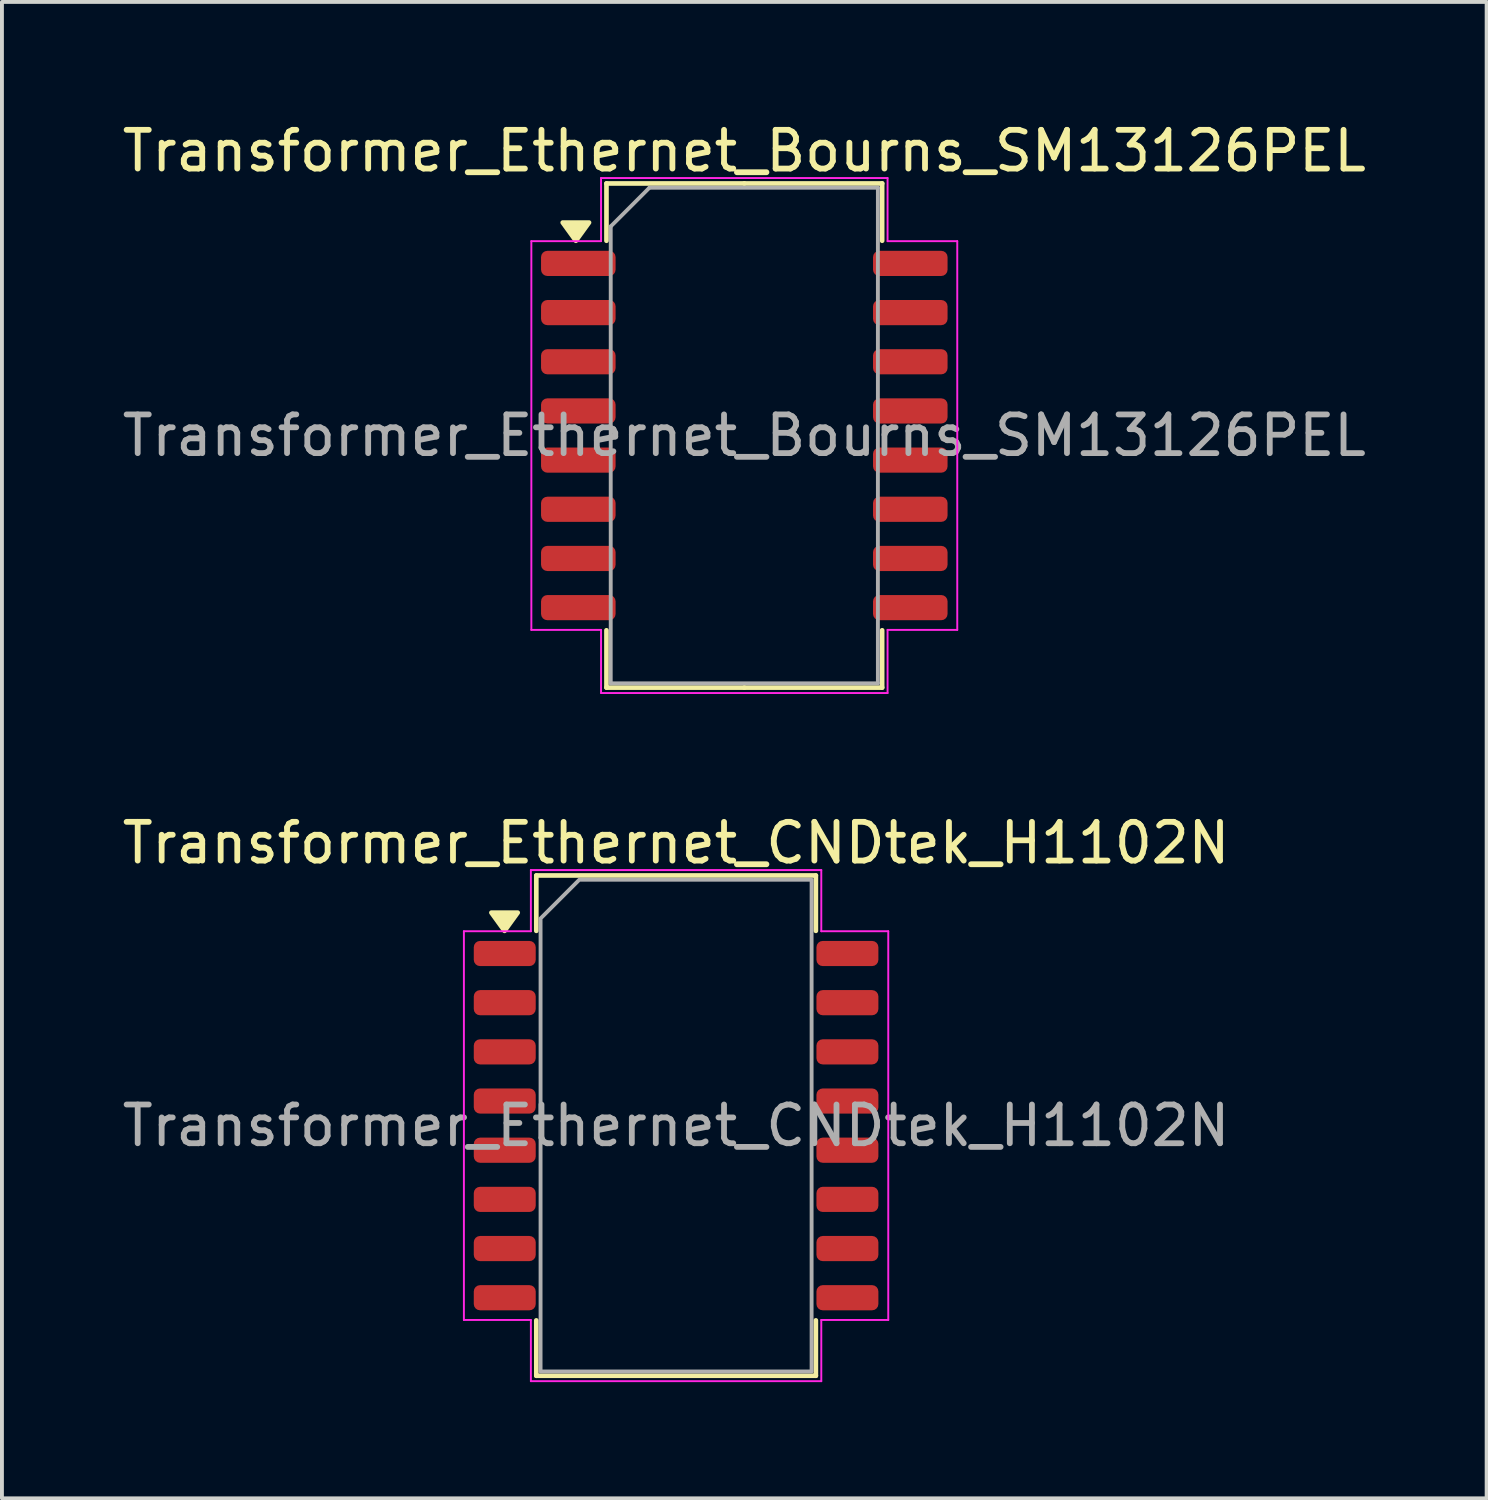
<source format=kicad_pcb>
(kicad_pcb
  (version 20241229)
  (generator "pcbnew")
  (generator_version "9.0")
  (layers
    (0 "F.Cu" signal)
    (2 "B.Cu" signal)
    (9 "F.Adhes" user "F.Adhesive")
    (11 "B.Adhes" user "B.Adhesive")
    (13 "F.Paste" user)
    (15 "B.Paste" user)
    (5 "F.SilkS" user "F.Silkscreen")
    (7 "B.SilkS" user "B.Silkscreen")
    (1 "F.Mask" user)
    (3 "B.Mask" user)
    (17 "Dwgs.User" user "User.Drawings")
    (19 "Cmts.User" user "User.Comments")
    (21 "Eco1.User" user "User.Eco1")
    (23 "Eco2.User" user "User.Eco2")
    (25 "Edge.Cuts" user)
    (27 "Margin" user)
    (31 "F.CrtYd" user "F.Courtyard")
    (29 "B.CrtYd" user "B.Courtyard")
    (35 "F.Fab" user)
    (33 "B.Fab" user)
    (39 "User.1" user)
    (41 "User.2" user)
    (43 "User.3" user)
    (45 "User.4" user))
  (footprint "Transformer_Ethernet_CNDtek_H1102N"
    (layer "F.Cu")
    (at 14.411 26.021)
    (property "Reference" "Transformer_Ethernet_CNDtek_H1102N" (at 0 -7.3 0) (layer "F.SilkS") (effects (font (size 1 1) (thickness 0.15))))
    (attr smd)
    (fp_line (start -3.61 -6.46) (end 3.61 -6.46) (stroke (width 0.12) (type solid)) (layer "F.SilkS"))
    (fp_line (start -3.61 -5.03) (end -3.61 -6.46) (stroke (width 0.12) (type solid)) (layer "F.SilkS"))
    (fp_line (start -3.61 6.46) (end -3.61 5.03) (stroke (width 0.12) (type solid)) (layer "F.SilkS"))
    (fp_line (start 3.61 -6.46) (end 3.61 -5.03) (stroke (width 0.12) (type solid)) (layer "F.SilkS"))
    (fp_line (start 3.61 5.03) (end 3.61 6.46) (stroke (width 0.12) (type solid)) (layer "F.SilkS"))
    (fp_line (start 3.61 6.46) (end -3.61 6.46) (stroke (width 0.12) (type solid)) (layer "F.SilkS"))
    (fp_poly (pts (xy -4.43 -5.03) (xy -4.77 -5.5) (xy -4.09 -5.5)) (stroke (width 0.12) (type solid)) (fill yes) (layer "F.SilkS"))
    (fp_line (start -5.48 -5.02) (end -3.75 -5.02) (stroke (width 0.05) (type solid)) (layer "F.CrtYd"))
    (fp_line (start -5.48 5.02) (end -5.48 -5.02) (stroke (width 0.05) (type solid)) (layer "F.CrtYd"))
    (fp_line (start -3.75 -6.6) (end 3.75 -6.6) (stroke (width 0.05) (type solid)) (layer "F.CrtYd"))
    (fp_line (start -3.75 -5.02) (end -3.75 -6.6) (stroke (width 0.05) (type solid)) (layer "F.CrtYd"))
    (fp_line (start -3.75 5.02) (end -5.48 5.02) (stroke (width 0.05) (type solid)) (layer "F.CrtYd"))
    (fp_line (start -3.75 6.6) (end -3.75 5.02) (stroke (width 0.05) (type solid)) (layer "F.CrtYd"))
    (fp_line (start 3.75 -6.6) (end 3.75 -5.02) (stroke (width 0.05) (type solid)) (layer "F.CrtYd"))
    (fp_line (start 3.75 -5.02) (end 5.48 -5.02) (stroke (width 0.05) (type solid)) (layer "F.CrtYd"))
    (fp_line (start 3.75 5.02) (end 3.75 6.6) (stroke (width 0.05) (type solid)) (layer "F.CrtYd"))
    (fp_line (start 3.75 6.6) (end -3.75 6.6) (stroke (width 0.05) (type solid)) (layer "F.CrtYd"))
    (fp_line (start 5.48 -5.02) (end 5.48 5.02) (stroke (width 0.05) (type solid)) (layer "F.CrtYd"))
    (fp_line (start 5.48 5.02) (end 3.75 5.02) (stroke (width 0.05) (type solid)) (layer "F.CrtYd"))
    (fp_poly (pts (xy -2.5 -6.35) (xy 3.5 -6.35) (xy 3.5 6.35) (xy -3.5 6.35) (xy -3.5 -5.35)) (stroke (width 0.1) (type solid)) (fill no) (layer "F.Fab"))
    (fp_text user "${REFERENCE}" (at 0 0 0) (layer "F.Fab") (effects (font (size 1 1) (thickness 0.15))))
    (pad "1" smd roundrect (at -4.425 -4.445) (size 1.6 0.65) (layers "F.Cu" "F.Mask" "F.Paste") (roundrect_rratio 0.25))
    (pad "2" smd roundrect (at -4.425 -3.175) (size 1.6 0.65) (layers "F.Cu" "F.Mask" "F.Paste") (roundrect_rratio 0.25))
    (pad "3" smd roundrect (at -4.425 -1.905) (size 1.6 0.65) (layers "F.Cu" "F.Mask" "F.Paste") (roundrect_rratio 0.25))
    (pad "4" smd roundrect (at -4.425 -0.635) (size 1.6 0.65) (layers "F.Cu" "F.Mask" "F.Paste") (roundrect_rratio 0.25))
    (pad "5" smd roundrect (at -4.425 0.635) (size 1.6 0.65) (layers "F.Cu" "F.Mask" "F.Paste") (roundrect_rratio 0.25))
    (pad "6" smd roundrect (at -4.425 1.905) (size 1.6 0.65) (layers "F.Cu" "F.Mask" "F.Paste") (roundrect_rratio 0.25))
    (pad "7" smd roundrect (at -4.425 3.175) (size 1.6 0.65) (layers "F.Cu" "F.Mask" "F.Paste") (roundrect_rratio 0.25))
    (pad "8" smd roundrect (at -4.425 4.445) (size 1.6 0.65) (layers "F.Cu" "F.Mask" "F.Paste") (roundrect_rratio 0.25))
    (pad "9" smd roundrect (at 4.425 4.445) (size 1.6 0.65) (layers "F.Cu" "F.Mask" "F.Paste") (roundrect_rratio 0.25))
    (pad "10" smd roundrect (at 4.425 3.175) (size 1.6 0.65) (layers "F.Cu" "F.Mask" "F.Paste") (roundrect_rratio 0.25))
    (pad "11" smd roundrect (at 4.425 1.905) (size 1.6 0.65) (layers "F.Cu" "F.Mask" "F.Paste") (roundrect_rratio 0.25))
    (pad "12" smd roundrect (at 4.425 0.635) (size 1.6 0.65) (layers "F.Cu" "F.Mask" "F.Paste") (roundrect_rratio 0.25))
    (pad "13" smd roundrect (at 4.425 -0.635) (size 1.6 0.65) (layers "F.Cu" "F.Mask" "F.Paste") (roundrect_rratio 0.25))
    (pad "14" smd roundrect (at 4.425 -1.905) (size 1.6 0.65) (layers "F.Cu" "F.Mask" "F.Paste") (roundrect_rratio 0.25))
    (pad "15" smd roundrect (at 4.425 -3.175) (size 1.6 0.65) (layers "F.Cu" "F.Mask" "F.Paste") (roundrect_rratio 0.25))
    (pad "16" smd roundrect (at 4.425 -4.445) (size 1.6 0.65) (layers "F.Cu" "F.Mask" "F.Paste") (roundrect_rratio 0.25)))
  (footprint "Transformer_Ethernet_Bourns_SM13126PEL"
    (layer "F.Cu")
    (at 16.173 8.198)
    (property "Reference" "Transformer_Ethernet_Bourns_SM13126PEL" (at 0 -7.35 0) (layer "F.SilkS") (effects (font (size 1 1) (thickness 0.15))))
    (attr smd)
    (fp_line (start -3.56 -6.51) (end -3.56 -5.03) (stroke (width 0.12) (type solid)) (layer "F.SilkS"))
    (fp_line (start -3.56 6.51) (end -3.56 5.03) (stroke (width 0.12) (type solid)) (layer "F.SilkS"))
    (fp_line (start 0 -6.51) (end -3.56 -6.51) (stroke (width 0.12) (type solid)) (layer "F.SilkS"))
    (fp_line (start 0 -6.51) (end 3.56 -6.51) (stroke (width 0.12) (type solid)) (layer "F.SilkS"))
    (fp_line (start 0 6.51) (end -3.56 6.51) (stroke (width 0.12) (type solid)) (layer "F.SilkS"))
    (fp_line (start 0 6.51) (end 3.56 6.51) (stroke (width 0.12) (type solid)) (layer "F.SilkS"))
    (fp_line (start 3.56 -6.51) (end 3.56 -5.03) (stroke (width 0.12) (type solid)) (layer "F.SilkS"))
    (fp_line (start 3.56 6.51) (end 3.56 5.03) (stroke (width 0.12) (type solid)) (layer "F.SilkS"))
    (fp_poly (pts (xy -4.35 -5.03) (xy -4.69 -5.5) (xy -4.01 -5.5)) (stroke (width 0.12) (type solid)) (fill yes) (layer "F.SilkS"))
    (fp_line (start -5.5 -5.02) (end -3.7 -5.02) (stroke (width 0.05) (type solid)) (layer "F.CrtYd"))
    (fp_line (start -5.5 5.02) (end -5.5 -5.02) (stroke (width 0.05) (type solid)) (layer "F.CrtYd"))
    (fp_line (start -3.7 -6.65) (end 3.7 -6.65) (stroke (width 0.05) (type solid)) (layer "F.CrtYd"))
    (fp_line (start -3.7 -5.02) (end -3.7 -6.65) (stroke (width 0.05) (type solid)) (layer "F.CrtYd"))
    (fp_line (start -3.7 5.02) (end -5.5 5.02) (stroke (width 0.05) (type solid)) (layer "F.CrtYd"))
    (fp_line (start -3.7 6.65) (end -3.7 5.02) (stroke (width 0.05) (type solid)) (layer "F.CrtYd"))
    (fp_line (start 3.7 -6.65) (end 3.7 -5.02) (stroke (width 0.05) (type solid)) (layer "F.CrtYd"))
    (fp_line (start 3.7 -5.02) (end 5.5 -5.02) (stroke (width 0.05) (type solid)) (layer "F.CrtYd"))
    (fp_line (start 3.7 5.02) (end 3.7 6.65) (stroke (width 0.05) (type solid)) (layer "F.CrtYd"))
    (fp_line (start 3.7 6.65) (end -3.7 6.65) (stroke (width 0.05) (type solid)) (layer "F.CrtYd"))
    (fp_line (start 5.5 -5.02) (end 5.5 5.02) (stroke (width 0.05) (type solid)) (layer "F.CrtYd"))
    (fp_line (start 5.5 5.02) (end 3.7 5.02) (stroke (width 0.05) (type solid)) (layer "F.CrtYd"))
    (fp_line (start -3.45 -5.4) (end -2.45 -6.4) (stroke (width 0.1) (type solid)) (layer "F.Fab"))
    (fp_line (start -3.45 6.4) (end -3.45 -5.4) (stroke (width 0.1) (type solid)) (layer "F.Fab"))
    (fp_line (start -2.45 -6.4) (end 3.45 -6.4) (stroke (width 0.1) (type solid)) (layer "F.Fab"))
    (fp_line (start 3.45 -6.4) (end 3.45 6.4) (stroke (width 0.1) (type solid)) (layer "F.Fab"))
    (fp_line (start 3.45 6.4) (end -3.45 6.4) (stroke (width 0.1) (type solid)) (layer "F.Fab"))
    (fp_text user "${REFERENCE}" (at 0 0 0) (layer "F.Fab") (effects (font (size 1 1) (thickness 0.15))))
    (pad "1" smd roundrect (at -4.287 -4.445) (size 1.925 0.65) (layers "F.Cu" "F.Mask" "F.Paste") (roundrect_rratio 0.25))
    (pad "2" smd roundrect (at -4.287 -3.175) (size 1.925 0.65) (layers "F.Cu" "F.Mask" "F.Paste") (roundrect_rratio 0.25))
    (pad "3" smd roundrect (at -4.287 -1.905) (size 1.925 0.65) (layers "F.Cu" "F.Mask" "F.Paste") (roundrect_rratio 0.25))
    (pad "4" smd roundrect (at -4.287 -0.635) (size 1.925 0.65) (layers "F.Cu" "F.Mask" "F.Paste") (roundrect_rratio 0.25))
    (pad "5" smd roundrect (at -4.287 0.635) (size 1.925 0.65) (layers "F.Cu" "F.Mask" "F.Paste") (roundrect_rratio 0.25))
    (pad "6" smd roundrect (at -4.287 1.905) (size 1.925 0.65) (layers "F.Cu" "F.Mask" "F.Paste") (roundrect_rratio 0.25))
    (pad "7" smd roundrect (at -4.287 3.175) (size 1.925 0.65) (layers "F.Cu" "F.Mask" "F.Paste") (roundrect_rratio 0.25))
    (pad "8" smd roundrect (at -4.287 4.445) (size 1.925 0.65) (layers "F.Cu" "F.Mask" "F.Paste") (roundrect_rratio 0.25))
    (pad "9" smd roundrect (at 4.287 4.445) (size 1.925 0.65) (layers "F.Cu" "F.Mask" "F.Paste") (roundrect_rratio 0.25))
    (pad "10" smd roundrect (at 4.287 3.175) (size 1.925 0.65) (layers "F.Cu" "F.Mask" "F.Paste") (roundrect_rratio 0.25))
    (pad "11" smd roundrect (at 4.287 1.905) (size 1.925 0.65) (layers "F.Cu" "F.Mask" "F.Paste") (roundrect_rratio 0.25))
    (pad "12" smd roundrect (at 4.287 0.635) (size 1.925 0.65) (layers "F.Cu" "F.Mask" "F.Paste") (roundrect_rratio 0.25))
    (pad "13" smd roundrect (at 4.287 -0.635) (size 1.925 0.65) (layers "F.Cu" "F.Mask" "F.Paste") (roundrect_rratio 0.25))
    (pad "14" smd roundrect (at 4.287 -1.905) (size 1.925 0.65) (layers "F.Cu" "F.Mask" "F.Paste") (roundrect_rratio 0.25))
    (pad "15" smd roundrect (at 4.287 -3.175) (size 1.925 0.65) (layers "F.Cu" "F.Mask" "F.Paste") (roundrect_rratio 0.25))
    (pad "16" smd roundrect (at 4.287 -4.445) (size 1.925 0.65) (layers "F.Cu" "F.Mask" "F.Paste") (roundrect_rratio 0.25)))
  (gr_rect
    (start -3 -3)
    (end 35.345 35.647)
    (stroke (width 0.1) (type default))
    (fill no)
    (layer "Edge.Cuts")))
</source>
